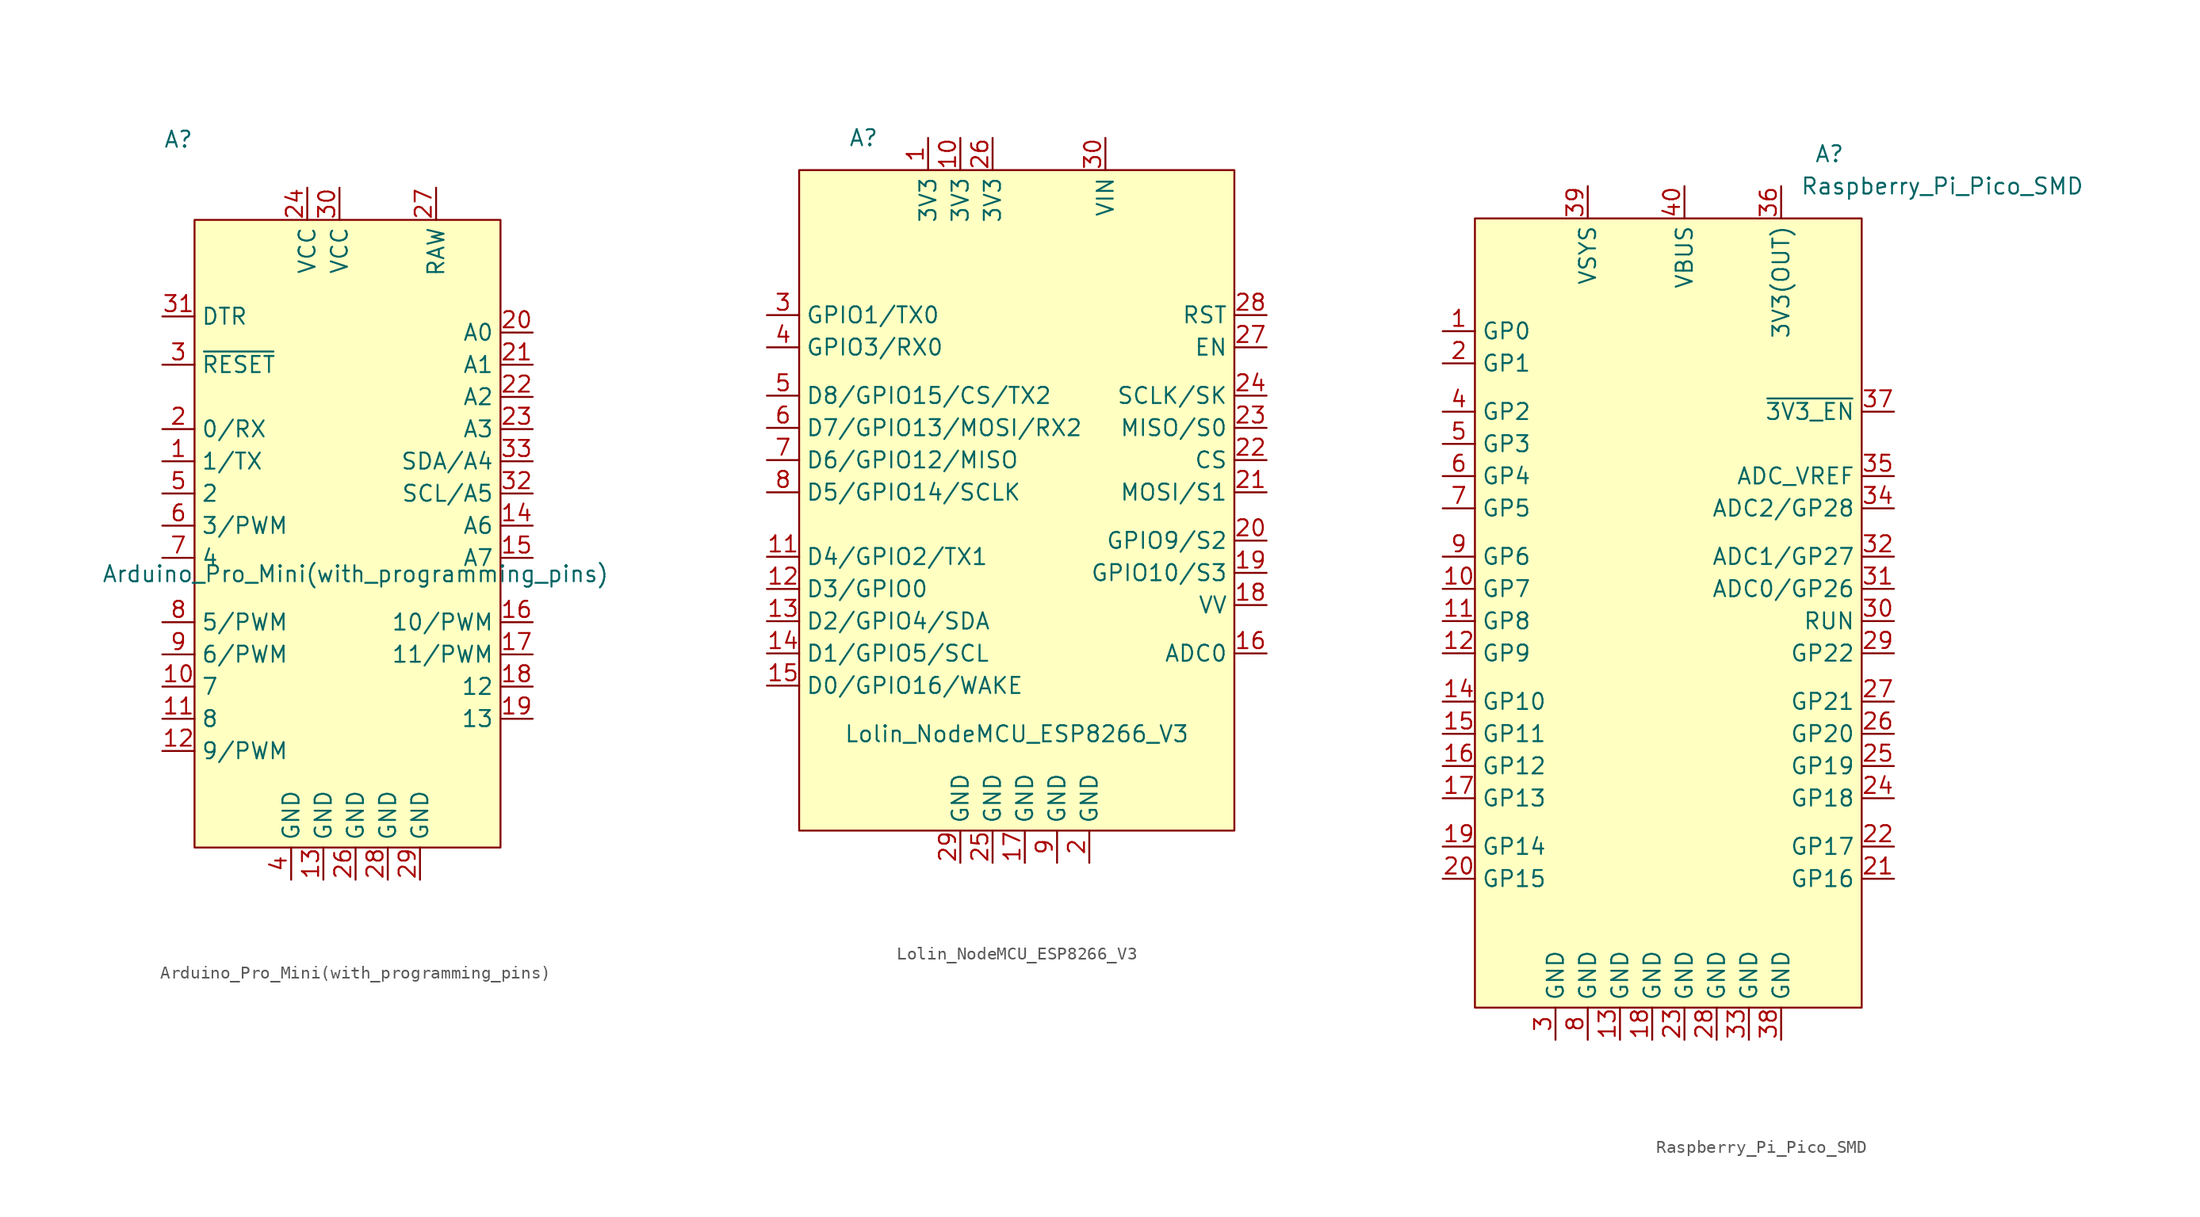
<source format=kicad_sym>
(kicad_symbol_lib
  (version 20220914)
  (generator kicad_symbol_editor)
  (symbol "Arduino_Pro_Mini(with_programming_pins)"
    (property "Reference" "A"
      (at -12.7 30.48 0)
      (effects (font (size 1.27 1.27))))
    (property "Value" "Arduino_Pro_Mini(with_programming_pins)"
      (at 1.27 -3.81 0)
      (effects (font (size 1.27 1.27))))
    (symbol "Arduino_Pro_Mini(with_programming_pins)_0_1"
      (rectangle (start -11.43 24.13) (end 12.7 -25.4) (stroke (width 0) (type default)) (fill (type background))))
    (symbol "Arduino_Pro_Mini(with_programming_pins)_1_1"
      (pin bidirectional line (at -13.97 5.08 0) (length 2.54) (name "1/TX" (effects (font (size 1.27 1.27)))) (number "1" (effects (font (size 1.27 1.27)))))
      (pin bidirectional line (at -13.97 -12.7 0) (length 2.54) (name "7" (effects (font (size 1.27 1.27)))) (number "10" (effects (font (size 1.27 1.27)))))
      (pin bidirectional line (at -13.97 -15.24 0) (length 2.54) (name "8" (effects (font (size 1.27 1.27)))) (number "11" (effects (font (size 1.27 1.27)))))
      (pin bidirectional line (at -13.97 -17.78 0) (length 2.54) (name "9/PWM" (effects (font (size 1.27 1.27)))) (number "12" (effects (font (size 1.27 1.27)))))
      (pin power_in line (at -1.27 -27.94 90) (length 2.54) (name "GND" (effects (font (size 1.27 1.27)))) (number "13" (effects (font (size 1.27 1.27)))))
      (pin bidirectional line (at 15.24 0 180) (length 2.54) (name "A6" (effects (font (size 1.27 1.27)))) (number "14" (effects (font (size 1.27 1.27)))))
      (pin bidirectional line (at 15.24 -2.54 180) (length 2.54) (name "A7" (effects (font (size 1.27 1.27)))) (number "15" (effects (font (size 1.27 1.27)))))
      (pin bidirectional line (at 15.24 -7.62 180) (length 2.54) (name "10/PWM" (effects (font (size 1.27 1.27)))) (number "16" (effects (font (size 1.27 1.27)))))
      (pin bidirectional line (at 15.24 -10.16 180) (length 2.54) (name "11/PWM" (effects (font (size 1.27 1.27)))) (number "17" (effects (font (size 1.27 1.27)))))
      (pin bidirectional line (at 15.24 -12.7 180) (length 2.54) (name "12" (effects (font (size 1.27 1.27)))) (number "18" (effects (font (size 1.27 1.27)))))
      (pin bidirectional line (at 15.24 -15.24 180) (length 2.54) (name "13" (effects (font (size 1.27 1.27)))) (number "19" (effects (font (size 1.27 1.27)))))
      (pin bidirectional line (at -13.97 7.62 0) (length 2.54) (name "0/RX" (effects (font (size 1.27 1.27)))) (number "2" (effects (font (size 1.27 1.27)))))
      (pin bidirectional line (at 15.24 15.24 180) (length 2.54) (name "A0" (effects (font (size 1.27 1.27)))) (number "20" (effects (font (size 1.27 1.27)))))
      (pin bidirectional line (at 15.24 12.7 180) (length 2.54) (name "A1" (effects (font (size 1.27 1.27)))) (number "21" (effects (font (size 1.27 1.27)))))
      (pin bidirectional line (at 15.24 10.16 180) (length 2.54) (name "A2" (effects (font (size 1.27 1.27)))) (number "22" (effects (font (size 1.27 1.27)))))
      (pin bidirectional line (at 15.24 7.62 180) (length 2.54) (name "A3" (effects (font (size 1.27 1.27)))) (number "23" (effects (font (size 1.27 1.27)))))
      (pin power_in line (at -2.54 26.67 270) (length 2.54) (name "VCC" (effects (font (size 1.27 1.27)))) (number "24" (effects (font (size 1.27 1.27)))))
      (pin power_in line (at 1.27 -27.94 90) (length 2.54) (name "GND" (effects (font (size 1.27 1.27)))) (number "26" (effects (font (size 1.27 1.27)))))
      (pin power_in line (at 7.62 26.67 270) (length 2.54) (name "RAW" (effects (font (size 1.27 1.27)))) (number "27" (effects (font (size 1.27 1.27)))))
      (pin power_in line (at 3.81 -27.94 90) (length 2.54) (name "GND" (effects (font (size 1.27 1.27)))) (number "28" (effects (font (size 1.27 1.27)))))
      (pin power_in line (at 6.35 -27.94 90) (length 2.54) (name "GND" (effects (font (size 1.27 1.27)))) (number "29" (effects (font (size 1.27 1.27)))))
      (pin bidirectional line (at -13.97 12.7 0) (length 2.54) (name "~{RESET}" (effects (font (size 1.27 1.27)))) (number "3" (effects (font (size 1.27 1.27)))))
      (pin power_in line (at 0 26.67 270) (length 2.54) (name "VCC" (effects (font (size 1.27 1.27)))) (number "30" (effects (font (size 1.27 1.27)))))
      (pin bidirectional line (at -13.97 16.51 0) (length 2.54) (name "DTR" (effects (font (size 1.27 1.27)))) (number "31" (effects (font (size 1.27 1.27)))))
      (pin bidirectional line (at 15.24 2.54 180) (length 2.54) (name "SCL/A5" (effects (font (size 1.27 1.27)))) (number "32" (effects (font (size 1.27 1.27)))))
      (pin bidirectional line (at 15.24 5.08 180) (length 2.54) (name "SDA/A4" (effects (font (size 1.27 1.27)))) (number "33" (effects (font (size 1.27 1.27)))))
      (pin power_in line (at -3.81 -27.94 90) (length 2.54) (name "GND" (effects (font (size 1.27 1.27)))) (number "4" (effects (font (size 1.27 1.27)))))
      (pin bidirectional line (at -13.97 2.54 0) (length 2.54) (name "2" (effects (font (size 1.27 1.27)))) (number "5" (effects (font (size 1.27 1.27)))))
      (pin bidirectional line (at -13.97 0 0) (length 2.54) (name "3/PWM" (effects (font (size 1.27 1.27)))) (number "6" (effects (font (size 1.27 1.27)))))
      (pin bidirectional line (at -13.97 -2.54 0) (length 2.54) (name "4" (effects (font (size 1.27 1.27)))) (number "7" (effects (font (size 1.27 1.27)))))
      (pin bidirectional line (at -13.97 -7.62 0) (length 2.54) (name "5/PWM" (effects (font (size 1.27 1.27)))) (number "8" (effects (font (size 1.27 1.27)))))
      (pin bidirectional line (at -13.97 -10.16 0) (length 2.54) (name "6/PWM" (effects (font (size 1.27 1.27)))) (number "9" (effects (font (size 1.27 1.27)))))))
  (symbol "Lolin_NodeMCU_ESP8266_V3"
    (property "Reference" "A"
      (at -12.7 27.94 0)
      (effects (font (size 1.27 1.27))))
    (property "Value" "Lolin_NodeMCU_ESP8266_V3"
      (at -0.635 -19.05 0)
      (effects (font (size 1.27 1.27))))
    (symbol "Lolin_NodeMCU_ESP8266_V3_0_1"
      (rectangle (start -17.78 25.4) (end 16.51 -26.67) (stroke (width 0) (type default)) (fill (type background))))
    (symbol "Lolin_NodeMCU_ESP8266_V3_1_1"
      (pin power_in line (at -7.62 27.94 270) (length 2.54) (name "3V3" (effects (font (size 1.27 1.27)))) (number "1" (effects (font (size 1.27 1.27)))))
      (pin power_in line (at -5.08 27.94 270) (length 2.54) (name "3V3" (effects (font (size 1.27 1.27)))) (number "10" (effects (font (size 1.27 1.27)))))
      (pin bidirectional line (at -20.32 -5.08 0) (length 2.54) (name "D4/GPIO2/TX1" (effects (font (size 1.27 1.27)))) (number "11" (effects (font (size 1.27 1.27)))))
      (pin bidirectional line (at -20.32 -7.62 0) (length 2.54) (name "D3/GPIO0" (effects (font (size 1.27 1.27)))) (number "12" (effects (font (size 1.27 1.27)))))
      (pin bidirectional line (at -20.32 -10.16 0) (length 2.54) (name "D2/GPIO4/SDA" (effects (font (size 1.27 1.27)))) (number "13" (effects (font (size 1.27 1.27)))))
      (pin bidirectional line (at -20.32 -12.7 0) (length 2.54) (name "D1/GPIO5/SCL" (effects (font (size 1.27 1.27)))) (number "14" (effects (font (size 1.27 1.27)))))
      (pin bidirectional line (at -20.32 -15.24 0) (length 2.54) (name "D0/GPIO16/WAKE" (effects (font (size 1.27 1.27)))) (number "15" (effects (font (size 1.27 1.27)))))
      (pin bidirectional line (at 19.05 -12.7 180) (length 2.54) (name "ADC0" (effects (font (size 1.27 1.27)))) (number "16" (effects (font (size 1.27 1.27)))))
      (pin power_in line (at 0 -29.21 90) (length 2.54) (name "GND" (effects (font (size 1.27 1.27)))) (number "17" (effects (font (size 1.27 1.27)))))
      (pin bidirectional line (at 19.05 -8.89 180) (length 2.54) (name "VV" (effects (font (size 1.27 1.27)))) (number "18" (effects (font (size 1.27 1.27)))))
      (pin bidirectional line (at 19.05 -6.35 180) (length 2.54) (name "GPIO10/S3" (effects (font (size 1.27 1.27)))) (number "19" (effects (font (size 1.27 1.27)))))
      (pin power_in line (at 5.08 -29.21 90) (length 2.54) (name "GND" (effects (font (size 1.27 1.27)))) (number "2" (effects (font (size 1.27 1.27)))))
      (pin bidirectional line (at 19.05 -3.81 180) (length 2.54) (name "GPIO9/S2" (effects (font (size 1.27 1.27)))) (number "20" (effects (font (size 1.27 1.27)))))
      (pin bidirectional line (at 19.05 0 180) (length 2.54) (name "MOSI/S1" (effects (font (size 1.27 1.27)))) (number "21" (effects (font (size 1.27 1.27)))))
      (pin bidirectional line (at 19.05 2.54 180) (length 2.54) (name "CS" (effects (font (size 1.27 1.27)))) (number "22" (effects (font (size 1.27 1.27)))))
      (pin bidirectional line (at 19.05 5.08 180) (length 2.54) (name "MISO/S0" (effects (font (size 1.27 1.27)))) (number "23" (effects (font (size 1.27 1.27)))))
      (pin bidirectional line (at 19.05 7.62 180) (length 2.54) (name "SCLK/SK" (effects (font (size 1.27 1.27)))) (number "24" (effects (font (size 1.27 1.27)))))
      (pin power_in line (at -2.54 -29.21 90) (length 2.54) (name "GND" (effects (font (size 1.27 1.27)))) (number "25" (effects (font (size 1.27 1.27)))))
      (pin power_in line (at -2.54 27.94 270) (length 2.54) (name "3V3" (effects (font (size 1.27 1.27)))) (number "26" (effects (font (size 1.27 1.27)))))
      (pin bidirectional line (at 19.05 11.43 180) (length 2.54) (name "EN" (effects (font (size 1.27 1.27)))) (number "27" (effects (font (size 1.27 1.27)))))
      (pin bidirectional line (at 19.05 13.97 180) (length 2.54) (name "RST" (effects (font (size 1.27 1.27)))) (number "28" (effects (font (size 1.27 1.27)))))
      (pin power_in line (at -5.08 -29.21 90) (length 2.54) (name "GND" (effects (font (size 1.27 1.27)))) (number "29" (effects (font (size 1.27 1.27)))))
      (pin bidirectional line (at -20.32 13.97 0) (length 2.54) (name "GPIO1/TX0" (effects (font (size 1.27 1.27)))) (number "3" (effects (font (size 1.27 1.27)))))
      (pin power_in line (at 6.35 27.94 270) (length 2.54) (name "VIN" (effects (font (size 1.27 1.27)))) (number "30" (effects (font (size 1.27 1.27)))))
      (pin bidirectional line (at -20.32 11.43 0) (length 2.54) (name "GPIO3/RX0" (effects (font (size 1.27 1.27)))) (number "4" (effects (font (size 1.27 1.27)))))
      (pin bidirectional line (at -20.32 7.62 0) (length 2.54) (name "D8/GPIO15/CS/TX2" (effects (font (size 1.27 1.27)))) (number "5" (effects (font (size 1.27 1.27)))))
      (pin bidirectional line (at -20.32 5.08 0) (length 2.54) (name "D7/GPIO13/MOSI/RX2" (effects (font (size 1.27 1.27)))) (number "6" (effects (font (size 1.27 1.27)))))
      (pin bidirectional line (at -20.32 2.54 0) (length 2.54) (name "D6/GPIO12/MISO" (effects (font (size 1.27 1.27)))) (number "7" (effects (font (size 1.27 1.27)))))
      (pin bidirectional line (at -20.32 0 0) (length 2.54) (name "D5/GPIO14/SCLK" (effects (font (size 1.27 1.27)))) (number "8" (effects (font (size 1.27 1.27)))))
      (pin power_in line (at 2.54 -29.21 90) (length 2.54) (name "GND" (effects (font (size 1.27 1.27)))) (number "9" (effects (font (size 1.27 1.27)))))))
  (symbol "Raspberry_Pi_Pico_SMD"
    (property "Reference" "A"
      (at 12.7 34.29 0)
      (effects (font (size 1.27 1.27))))
    (property "Value" "Raspberry_Pi_Pico_SMD"
      (at 21.59 31.75 0)
      (effects (font (size 1.27 1.27))))
    (symbol "Raspberry_Pi_Pico_SMD_0_1"
      (rectangle (start -15.24 29.21) (end 15.24 -33.02) (stroke (width 0) (type default)) (fill (type background))))
    (symbol "Raspberry_Pi_Pico_SMD_1_1"
      (pin bidirectional line (at -17.78 20.32 0) (length 2.54) (name "GP0" (effects (font (size 1.27 1.27)))) (number "1" (effects (font (size 1.27 1.27)))))
      (pin bidirectional line (at -17.78 0 0) (length 2.54) (name "GP7" (effects (font (size 1.27 1.27)))) (number "10" (effects (font (size 1.27 1.27)))))
      (pin bidirectional line (at -17.78 -2.54 0) (length 2.54) (name "GP8" (effects (font (size 1.27 1.27)))) (number "11" (effects (font (size 1.27 1.27)))))
      (pin bidirectional line (at -17.78 -5.08 0) (length 2.54) (name "GP9" (effects (font (size 1.27 1.27)))) (number "12" (effects (font (size 1.27 1.27)))))
      (pin power_in line (at -3.81 -35.56 90) (length 2.54) (name "GND" (effects (font (size 1.27 1.27)))) (number "13" (effects (font (size 1.27 1.27)))))
      (pin bidirectional line (at -17.78 -8.89 0) (length 2.54) (name "GP10" (effects (font (size 1.27 1.27)))) (number "14" (effects (font (size 1.27 1.27)))))
      (pin bidirectional line (at -17.78 -11.43 0) (length 2.54) (name "GP11" (effects (font (size 1.27 1.27)))) (number "15" (effects (font (size 1.27 1.27)))))
      (pin bidirectional line (at -17.78 -13.97 0) (length 2.54) (name "GP12" (effects (font (size 1.27 1.27)))) (number "16" (effects (font (size 1.27 1.27)))))
      (pin bidirectional line (at -17.78 -16.51 0) (length 2.54) (name "GP13" (effects (font (size 1.27 1.27)))) (number "17" (effects (font (size 1.27 1.27)))))
      (pin power_in line (at -1.27 -35.56 90) (length 2.54) (name "GND" (effects (font (size 1.27 1.27)))) (number "18" (effects (font (size 1.27 1.27)))))
      (pin bidirectional line (at -17.78 -20.32 0) (length 2.54) (name "GP14" (effects (font (size 1.27 1.27)))) (number "19" (effects (font (size 1.27 1.27)))))
      (pin bidirectional line (at -17.78 17.78 0) (length 2.54) (name "GP1" (effects (font (size 1.27 1.27)))) (number "2" (effects (font (size 1.27 1.27)))))
      (pin bidirectional line (at -17.78 -22.86 0) (length 2.54) (name "GP15" (effects (font (size 1.27 1.27)))) (number "20" (effects (font (size 1.27 1.27)))))
      (pin bidirectional line (at 17.78 -22.86 180) (length 2.54) (name "GP16" (effects (font (size 1.27 1.27)))) (number "21" (effects (font (size 1.27 1.27)))))
      (pin bidirectional line (at 17.78 -20.32 180) (length 2.54) (name "GP17" (effects (font (size 1.27 1.27)))) (number "22" (effects (font (size 1.27 1.27)))))
      (pin power_in line (at 1.27 -35.56 90) (length 2.54) (name "GND" (effects (font (size 1.27 1.27)))) (number "23" (effects (font (size 1.27 1.27)))))
      (pin bidirectional line (at 17.78 -16.51 180) (length 2.54) (name "GP18" (effects (font (size 1.27 1.27)))) (number "24" (effects (font (size 1.27 1.27)))))
      (pin bidirectional line (at 17.78 -13.97 180) (length 2.54) (name "GP19" (effects (font (size 1.27 1.27)))) (number "25" (effects (font (size 1.27 1.27)))))
      (pin bidirectional line (at 17.78 -11.43 180) (length 2.54) (name "GP20" (effects (font (size 1.27 1.27)))) (number "26" (effects (font (size 1.27 1.27)))))
      (pin bidirectional line (at 17.78 -8.89 180) (length 2.54) (name "GP21" (effects (font (size 1.27 1.27)))) (number "27" (effects (font (size 1.27 1.27)))))
      (pin power_in line (at 3.81 -35.56 90) (length 2.54) (name "GND" (effects (font (size 1.27 1.27)))) (number "28" (effects (font (size 1.27 1.27)))))
      (pin bidirectional line (at 17.78 -5.08 180) (length 2.54) (name "GP22" (effects (font (size 1.27 1.27)))) (number "29" (effects (font (size 1.27 1.27)))))
      (pin power_in line (at -8.89 -35.56 90) (length 2.54) (name "GND" (effects (font (size 1.27 1.27)))) (number "3" (effects (font (size 1.27 1.27)))))
      (pin bidirectional line (at 17.78 -2.54 180) (length 2.54) (name "RUN" (effects (font (size 1.27 1.27)))) (number "30" (effects (font (size 1.27 1.27)))))
      (pin bidirectional line (at 17.78 0 180) (length 2.54) (name "ADC0/GP26" (effects (font (size 1.27 1.27)))) (number "31" (effects (font (size 1.27 1.27)))))
      (pin bidirectional line (at 17.78 2.54 180) (length 2.54) (name "ADC1/GP27" (effects (font (size 1.27 1.27)))) (number "32" (effects (font (size 1.27 1.27)))))
      (pin power_in line (at 6.35 -35.56 90) (length 2.54) (name "GND" (effects (font (size 1.27 1.27)))) (number "33" (effects (font (size 1.27 1.27)))))
      (pin bidirectional line (at 17.78 6.35 180) (length 2.54) (name "ADC2/GP28" (effects (font (size 1.27 1.27)))) (number "34" (effects (font (size 1.27 1.27)))))
      (pin bidirectional line (at 17.78 8.89 180) (length 2.54) (name "ADC_VREF" (effects (font (size 1.27 1.27)))) (number "35" (effects (font (size 1.27 1.27)))))
      (pin power_in line (at 8.89 31.75 270) (length 2.54) (name "3V3(OUT)" (effects (font (size 1.27 1.27)))) (number "36" (effects (font (size 1.27 1.27)))))
      (pin bidirectional line (at 17.78 13.97 180) (length 2.54) (name "~{3V3_EN}" (effects (font (size 1.27 1.27)))) (number "37" (effects (font (size 1.27 1.27)))))
      (pin power_in line (at 8.89 -35.56 90) (length 2.54) (name "GND" (effects (font (size 1.27 1.27)))) (number "38" (effects (font (size 1.27 1.27)))))
      (pin power_in line (at -6.35 31.75 270) (length 2.54) (name "VSYS" (effects (font (size 1.27 1.27)))) (number "39" (effects (font (size 1.27 1.27)))))
      (pin bidirectional line (at -17.78 13.97 0) (length 2.54) (name "GP2" (effects (font (size 1.27 1.27)))) (number "4" (effects (font (size 1.27 1.27)))))
      (pin power_in line (at 1.27 31.75 270) (length 2.54) (name "VBUS" (effects (font (size 1.27 1.27)))) (number "40" (effects (font (size 1.27 1.27)))))
      (pin bidirectional line (at -17.78 11.43 0) (length 2.54) (name "GP3" (effects (font (size 1.27 1.27)))) (number "5" (effects (font (size 1.27 1.27)))))
      (pin bidirectional line (at -17.78 8.89 0) (length 2.54) (name "GP4" (effects (font (size 1.27 1.27)))) (number "6" (effects (font (size 1.27 1.27)))))
      (pin bidirectional line (at -17.78 6.35 0) (length 2.54) (name "GP5" (effects (font (size 1.27 1.27)))) (number "7" (effects (font (size 1.27 1.27)))))
      (pin power_in line (at -6.35 -35.56 90) (length 2.54) (name "GND" (effects (font (size 1.27 1.27)))) (number "8" (effects (font (size 1.27 1.27)))))
      (pin bidirectional line (at -17.78 2.54 0) (length 2.54) (name "GP6" (effects (font (size 1.27 1.27)))) (number "9" (effects (font (size 1.27 1.27))))))))
</source>
